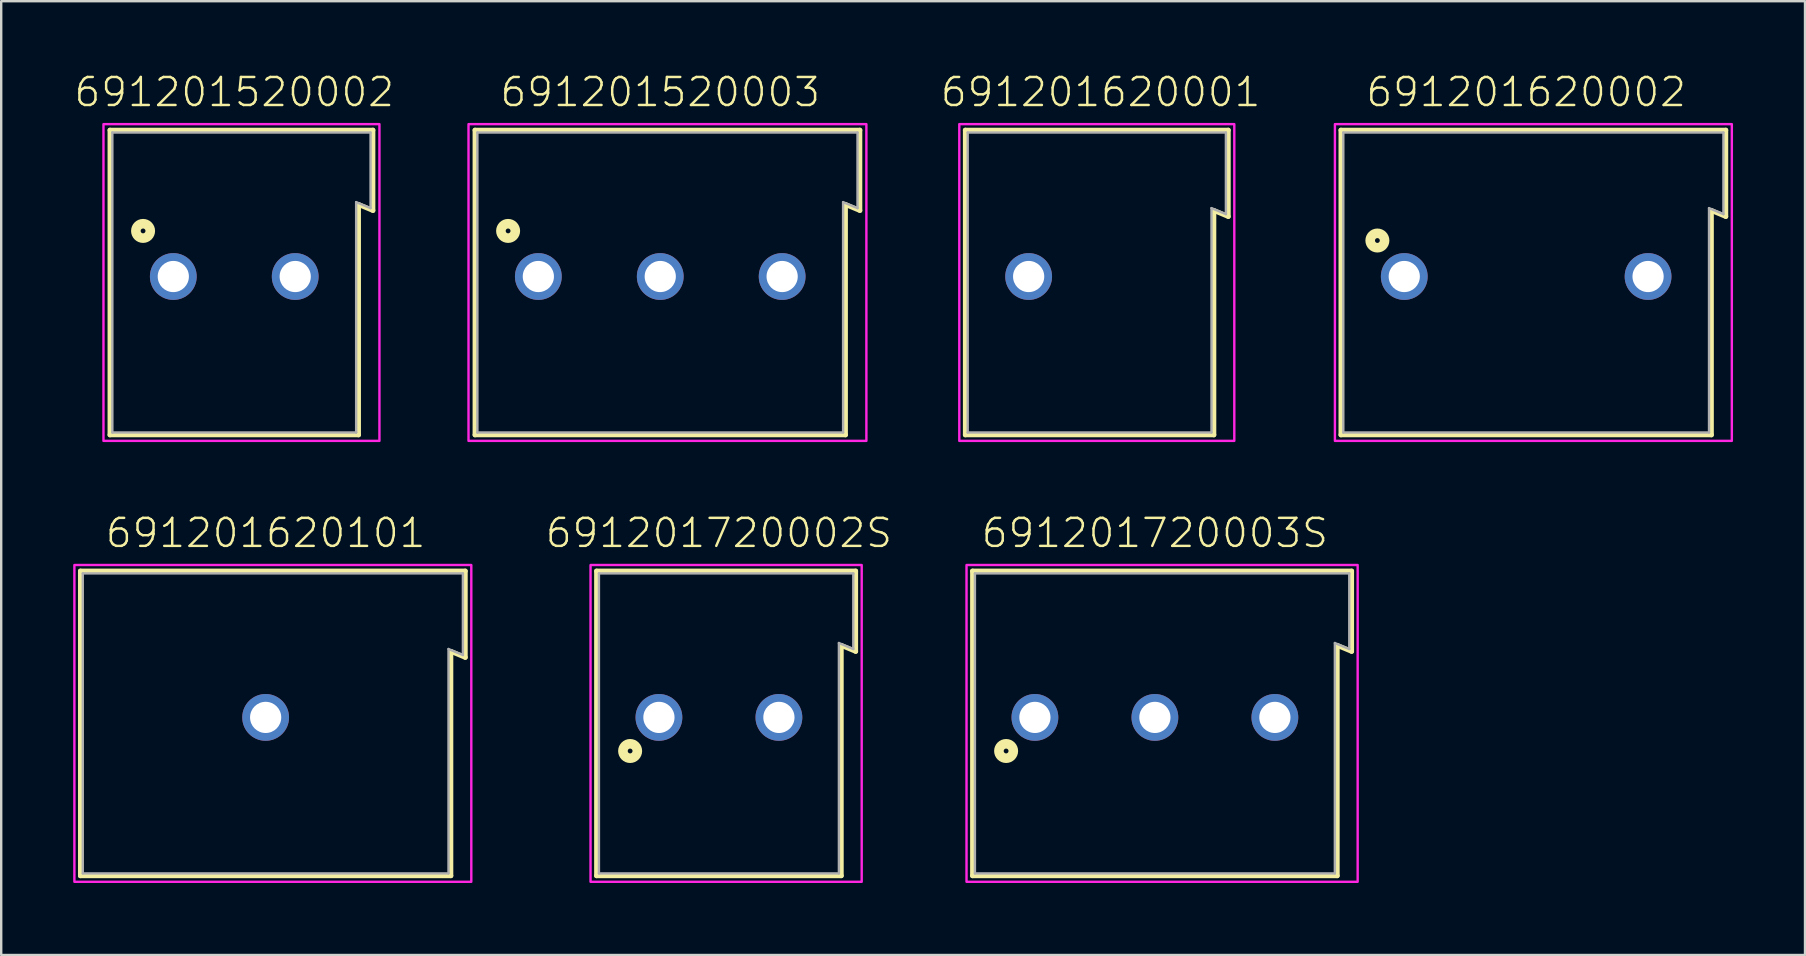
<source format=kicad_pcb>
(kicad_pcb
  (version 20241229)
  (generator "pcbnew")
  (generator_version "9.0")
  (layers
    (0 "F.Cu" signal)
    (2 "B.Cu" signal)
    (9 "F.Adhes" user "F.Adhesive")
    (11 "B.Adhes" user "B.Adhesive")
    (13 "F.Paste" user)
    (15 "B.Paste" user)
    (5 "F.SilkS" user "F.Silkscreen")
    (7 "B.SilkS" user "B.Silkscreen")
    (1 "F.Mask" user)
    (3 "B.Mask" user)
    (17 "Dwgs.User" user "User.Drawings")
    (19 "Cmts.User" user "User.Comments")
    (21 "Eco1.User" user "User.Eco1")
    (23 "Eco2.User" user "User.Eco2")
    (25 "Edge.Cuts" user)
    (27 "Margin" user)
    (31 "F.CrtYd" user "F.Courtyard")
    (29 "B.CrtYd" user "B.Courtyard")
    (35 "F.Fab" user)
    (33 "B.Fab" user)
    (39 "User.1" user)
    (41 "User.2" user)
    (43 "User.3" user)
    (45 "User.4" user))
  (footprint "691201720002S"
    (layer "F.Cu")
    (at 26.909 26.846)
    (property "Reference" "691201720002S" (at 0 -7 0) (unlocked yes) (layer "F.SilkS") (effects (font (size 1.168 1.168) (thickness 0.102)) (justify bottom)))
    (fp_line (start -5.1 -6.1) (end 5.7 -6.1) (stroke (width 0.2) (type solid)) (layer "F.SilkS"))
    (fp_line (start -5.1 6.6) (end -5.1 -6.1) (stroke (width 0.2) (type solid)) (layer "F.SilkS"))
    (fp_line (start 5.1 -3) (end 5.1 6.6) (stroke (width 0.2) (type solid)) (layer "F.SilkS"))
    (fp_line (start 5.1 6.6) (end -5.1 6.6) (stroke (width 0.2) (type solid)) (layer "F.SilkS"))
    (fp_line (start 5.7 -6.1) (end 5.7 -2.75) (stroke (width 0.2) (type solid)) (layer "F.SilkS"))
    (fp_line (start 5.7 -2.75) (end 5.1 -3) (stroke (width 0.2) (type solid)) (layer "F.SilkS"))
    (fp_circle (center -3.7 1.4) (end -3.6 1.4) (stroke (width 0.4) (type solid)) (fill no) (layer "F.SilkS"))
    (fp_poly (pts (xy 5.95 6.85) (xy -5.35 6.85) (xy -5.35 -6.35) (xy 5.95 -6.35)) (stroke (width 0.1) (type default)) (fill no) (layer "F.CrtYd"))
    (fp_line (start -5 -6) (end -5 6.5) (stroke (width 0.1) (type solid)) (layer "F.Fab"))
    (fp_line (start -5 -6) (end 5.6 -6) (stroke (width 0.1) (type solid)) (layer "F.Fab"))
    (fp_line (start -5 6.5) (end 5 6.5) (stroke (width 0.1) (type solid)) (layer "F.Fab"))
    (fp_line (start 5 -3.1) (end 5 6.5) (stroke (width 0.1) (type solid)) (layer "F.Fab"))
    (fp_line (start 5 -3.1) (end 5.6 -2.85) (stroke (width 0.1) (type solid)) (layer "F.Fab"))
    (fp_line (start 5.6 -6) (end 5.6 -2.85) (stroke (width 0.1) (type solid)) (layer "F.Fab"))
    (pad "1" thru_hole circle (at -2.5 0) (size 1.95 1.95) (drill 1.3) (layers "*.Cu" "*.Mask"))
    (pad "2" thru_hole circle (at 2.5 0) (size 1.95 1.95) (drill 1.3) (layers "*.Cu" "*.Mask")))
  (footprint "691201720003S"
    (layer "F.Cu")
    (at 45.077 26.846)
    (property "Reference" "691201720003S" (at 0 -7 0) (unlocked yes) (layer "F.SilkS") (effects (font (size 1.168 1.168) (thickness 0.102)) (justify bottom)))
    (fp_line (start -7.6 -6.1) (end 8.2 -6.1) (stroke (width 0.2) (type solid)) (layer "F.SilkS"))
    (fp_line (start -7.6 6.6) (end -7.6 -6.1) (stroke (width 0.2) (type solid)) (layer "F.SilkS"))
    (fp_line (start 7.6 -3) (end 7.6 6.6) (stroke (width 0.2) (type solid)) (layer "F.SilkS"))
    (fp_line (start 7.6 6.6) (end -7.6 6.6) (stroke (width 0.2) (type solid)) (layer "F.SilkS"))
    (fp_line (start 8.2 -6.1) (end 8.2 -2.75) (stroke (width 0.2) (type solid)) (layer "F.SilkS"))
    (fp_line (start 8.2 -2.75) (end 7.6 -3) (stroke (width 0.2) (type solid)) (layer "F.SilkS"))
    (fp_circle (center -6.2 1.4) (end -6.1 1.4) (stroke (width 0.4) (type solid)) (fill no) (layer "F.SilkS"))
    (fp_poly (pts (xy 8.45 6.85) (xy -7.85 6.85) (xy -7.85 -6.35) (xy 8.45 -6.35)) (stroke (width 0.1) (type default)) (fill no) (layer "F.CrtYd"))
    (fp_line (start -7.5 -6) (end -7.5 6.5) (stroke (width 0.1) (type solid)) (layer "F.Fab"))
    (fp_line (start -7.5 -6) (end 8.1 -6) (stroke (width 0.1) (type solid)) (layer "F.Fab"))
    (fp_line (start -7.5 6.5) (end 7.5 6.5) (stroke (width 0.1) (type solid)) (layer "F.Fab"))
    (fp_line (start 7.5 -3.1) (end 7.5 6.5) (stroke (width 0.1) (type solid)) (layer "F.Fab"))
    (fp_line (start 7.5 -3.1) (end 8.1 -2.85) (stroke (width 0.1) (type solid)) (layer "F.Fab"))
    (fp_line (start 8.1 -6) (end 8.1 -2.85) (stroke (width 0.1) (type solid)) (layer "F.Fab"))
    (pad "1" thru_hole circle (at -5 0) (size 1.95 1.95) (drill 1.3) (layers "*.Cu" "*.Mask"))
    (pad "2" thru_hole circle (at 0 0) (size 1.95 1.95) (drill 1.3) (layers "*.Cu" "*.Mask"))
    (pad "3" thru_hole circle (at 5 0) (size 1.95 1.95) (drill 1.3) (layers "*.Cu" "*.Mask")))
  (footprint "691201520002"
    (layer "F.Cu")
    (at 6.712 8.473)
    (property "Reference" "691201520002" (at 0 -7 0) (unlocked yes) (layer "F.SilkS") (effects (font (size 1.168 1.168) (thickness 0.102)) (justify bottom)))
    (fp_line (start -5.18 -6.1) (end 5.78 -6.1) (stroke (width 0.2) (type solid)) (layer "F.SilkS"))
    (fp_line (start -5.18 6.6) (end -5.18 -6.1) (stroke (width 0.2) (type solid)) (layer "F.SilkS"))
    (fp_line (start 5.18 -3) (end 5.18 6.6) (stroke (width 0.2) (type solid)) (layer "F.SilkS"))
    (fp_line (start 5.18 6.6) (end -5.18 6.6) (stroke (width 0.2) (type solid)) (layer "F.SilkS"))
    (fp_line (start 5.78 -6.1) (end 5.78 -2.75) (stroke (width 0.2) (type solid)) (layer "F.SilkS"))
    (fp_line (start 5.78 -2.75) (end 5.18 -3) (stroke (width 0.2) (type solid)) (layer "F.SilkS"))
    (fp_circle (center -3.8 -1.9) (end -3.7 -1.9) (stroke (width 0.4) (type solid)) (fill no) (layer "F.SilkS"))
    (fp_poly (pts (xy 6.05 6.85) (xy -5.45 6.85) (xy -5.45 -6.35) (xy 6.05 -6.35)) (stroke (width 0.1) (type default)) (fill no) (layer "F.CrtYd"))
    (fp_line (start -5.08 -6) (end -5.08 6.5) (stroke (width 0.1) (type solid)) (layer "F.Fab"))
    (fp_line (start -5.08 -6) (end 5.68 -6) (stroke (width 0.1) (type solid)) (layer "F.Fab"))
    (fp_line (start -5.08 6.5) (end 5.08 6.5) (stroke (width 0.1) (type solid)) (layer "F.Fab"))
    (fp_line (start 5.08 -3.1) (end 5.08 6.5) (stroke (width 0.1) (type solid)) (layer "F.Fab"))
    (fp_line (start 5.08 -3.1) (end 5.68 -2.85) (stroke (width 0.1) (type solid)) (layer "F.Fab"))
    (fp_line (start 5.68 -6) (end 5.68 -2.85) (stroke (width 0.1) (type solid)) (layer "F.Fab"))
    (pad "1" thru_hole circle (at -2.54 0) (size 1.95 1.95) (drill 1.3) (layers "*.Cu" "*.Mask"))
    (pad "2" thru_hole circle (at 2.54 0) (size 1.95 1.95) (drill 1.3) (layers "*.Cu" "*.Mask")))
  (footprint "691201520003"
    (layer "F.Cu")
    (at 24.464 8.473)
    (property "Reference" "691201520003" (at 0 -7 0) (unlocked yes) (layer "F.SilkS") (effects (font (size 1.168 1.168) (thickness 0.102)) (justify bottom)))
    (fp_line (start -7.72 -6.1) (end 8.32 -6.1) (stroke (width 0.2) (type solid)) (layer "F.SilkS"))
    (fp_line (start -7.72 6.6) (end -7.72 -6.1) (stroke (width 0.2) (type solid)) (layer "F.SilkS"))
    (fp_line (start 7.72 -3) (end 7.72 6.6) (stroke (width 0.2) (type solid)) (layer "F.SilkS"))
    (fp_line (start 7.72 6.6) (end -7.72 6.6) (stroke (width 0.2) (type solid)) (layer "F.SilkS"))
    (fp_line (start 8.32 -6.1) (end 8.32 -2.75) (stroke (width 0.2) (type solid)) (layer "F.SilkS"))
    (fp_line (start 8.32 -2.75) (end 7.72 -3) (stroke (width 0.2) (type solid)) (layer "F.SilkS"))
    (fp_circle (center -6.34 -1.9) (end -6.24 -1.9) (stroke (width 0.4) (type solid)) (fill no) (layer "F.SilkS"))
    (fp_poly (pts (xy 8.59 6.85) (xy -7.99 6.85) (xy -7.99 -6.35) (xy 8.59 -6.35)) (stroke (width 0.1) (type default)) (fill no) (layer "F.CrtYd"))
    (fp_line (start -7.62 -6) (end -7.62 6.5) (stroke (width 0.1) (type solid)) (layer "F.Fab"))
    (fp_line (start -7.62 -6) (end 8.22 -6) (stroke (width 0.1) (type solid)) (layer "F.Fab"))
    (fp_line (start -7.62 6.5) (end 7.62 6.5) (stroke (width 0.1) (type solid)) (layer "F.Fab"))
    (fp_line (start 7.62 -3.1) (end 7.62 6.5) (stroke (width 0.1) (type solid)) (layer "F.Fab"))
    (fp_line (start 7.62 -3.1) (end 8.22 -2.85) (stroke (width 0.1) (type solid)) (layer "F.Fab"))
    (fp_line (start 8.22 -6) (end 8.22 -2.85) (stroke (width 0.1) (type solid)) (layer "F.Fab"))
    (pad "1" thru_hole circle (at -5.08 0) (size 1.95 1.95) (drill 1.3) (layers "*.Cu" "*.Mask"))
    (pad "2" thru_hole circle (at 0 0) (size 1.95 1.95) (drill 1.3) (layers "*.Cu" "*.Mask"))
    (pad "3" thru_hole circle (at 5.08 0) (size 1.95 1.95) (drill 1.3) (layers "*.Cu" "*.Mask")))
  (footprint "691201620101"
    (layer "F.Cu")
    (at 8.02 26.846)
    (property "Reference" "691201620101" (at 0 -7 0) (unlocked yes) (layer "F.SilkS") (effects (font (size 1.168 1.168) (thickness 0.102)) (justify bottom)))
    (fp_line (start -7.72 -6.1) (end 8.32 -6.1) (stroke (width 0.2) (type solid)) (layer "F.SilkS"))
    (fp_line (start -7.72 6.6) (end -7.72 -6.1) (stroke (width 0.2) (type solid)) (layer "F.SilkS"))
    (fp_line (start 7.72 -2.75) (end 7.72 6.6) (stroke (width 0.2) (type solid)) (layer "F.SilkS"))
    (fp_line (start 7.72 6.6) (end -7.72 6.6) (stroke (width 0.2) (type solid)) (layer "F.SilkS"))
    (fp_line (start 8.32 -6.1) (end 8.32 -2.5) (stroke (width 0.2) (type solid)) (layer "F.SilkS"))
    (fp_line (start 8.32 -2.5) (end 7.72 -2.75) (stroke (width 0.2) (type solid)) (layer "F.SilkS"))
    (fp_poly (pts (xy 8.57 6.85) (xy -7.97 6.85) (xy -7.97 -6.35) (xy 8.57 -6.35)) (stroke (width 0.1) (type default)) (fill no) (layer "F.CrtYd"))
    (fp_line (start -7.62 -6) (end 8.22 -6) (stroke (width 0.1) (type solid)) (layer "F.Fab"))
    (fp_line (start -7.62 6.5) (end -7.62 -6) (stroke (width 0.1) (type solid)) (layer "F.Fab"))
    (fp_line (start 7.62 -2.85) (end 7.62 6.5) (stroke (width 0.1) (type solid)) (layer "F.Fab"))
    (fp_line (start 7.62 -2.85) (end 8.22 -2.6) (stroke (width 0.1) (type solid)) (layer "F.Fab"))
    (fp_line (start 7.62 6.5) (end -7.62 6.5) (stroke (width 0.1) (type solid)) (layer "F.Fab"))
    (fp_line (start 8.22 -6) (end 8.22 -2.6) (stroke (width 0.1) (type solid)) (layer "F.Fab"))
    (pad "1" thru_hole circle (at 0 0) (size 1.95 1.95) (drill 1.3) (layers "*.Cu" "*.Mask")))
  (footprint "691201620002"
    (layer "F.Cu")
    (at 60.549 8.473)
    (property "Reference" "691201620002" (at 0 -7 0) (unlocked yes) (layer "F.SilkS") (effects (font (size 1.168 1.168) (thickness 0.102)) (justify bottom)))
    (fp_line (start -7.72 -6.1) (end 8.32 -6.1) (stroke (width 0.2) (type solid)) (layer "F.SilkS"))
    (fp_line (start -7.72 6.6) (end -7.72 -6.1) (stroke (width 0.2) (type solid)) (layer "F.SilkS"))
    (fp_line (start 7.72 -2.75) (end 7.72 6.6) (stroke (width 0.2) (type solid)) (layer "F.SilkS"))
    (fp_line (start 7.72 6.6) (end -7.72 6.6) (stroke (width 0.2) (type solid)) (layer "F.SilkS"))
    (fp_line (start 8.32 -6.1) (end 8.32 -2.5) (stroke (width 0.2) (type solid)) (layer "F.SilkS"))
    (fp_line (start 8.32 -2.5) (end 7.72 -2.75) (stroke (width 0.2) (type solid)) (layer "F.SilkS"))
    (fp_circle (center -6.2 -1.5) (end -6.1 -1.5) (stroke (width 0.4) (type solid)) (fill no) (layer "F.SilkS"))
    (fp_poly (pts (xy 8.57 6.85) (xy -7.97 6.85) (xy -7.97 -6.35) (xy 8.57 -6.35)) (stroke (width 0.1) (type default)) (fill no) (layer "F.CrtYd"))
    (fp_line (start -7.62 -6) (end 8.22 -6) (stroke (width 0.1) (type solid)) (layer "F.Fab"))
    (fp_line (start -7.62 6.5) (end -7.62 -6) (stroke (width 0.1) (type solid)) (layer "F.Fab"))
    (fp_line (start 7.62 -2.85) (end 7.62 6.5) (stroke (width 0.1) (type solid)) (layer "F.Fab"))
    (fp_line (start 7.62 -2.85) (end 8.22 -2.6) (stroke (width 0.1) (type solid)) (layer "F.Fab"))
    (fp_line (start 7.62 6.5) (end -7.62 6.5) (stroke (width 0.1) (type solid)) (layer "F.Fab"))
    (fp_line (start 8.22 -6) (end 8.22 -2.6) (stroke (width 0.1) (type solid)) (layer "F.Fab"))
    (pad "1" thru_hole circle (at -5.08 0) (size 1.95 1.95) (drill 1.3) (layers "*.Cu" "*.Mask"))
    (pad "2" thru_hole circle (at 5.08 0) (size 1.95 1.95) (drill 1.3) (layers "*.Cu" "*.Mask")))
  (footprint "691201620001"
    (layer "F.Cu")
    (at 39.816 8.473)
    (property "Reference" "691201620001" (at 3 -7 0) (unlocked yes) (layer "F.SilkS") (effects (font (size 1.168 1.168) (thickness 0.102)) (justify bottom)))
    (fp_line (start -2.64 -6.1) (end 8.32 -6.1) (stroke (width 0.2) (type solid)) (layer "F.SilkS"))
    (fp_line (start -2.64 6.6) (end -2.64 -6.1) (stroke (width 0.2) (type solid)) (layer "F.SilkS"))
    (fp_line (start 7.72 -2.75) (end 7.72 6.6) (stroke (width 0.2) (type solid)) (layer "F.SilkS"))
    (fp_line (start 7.72 6.6) (end -2.64 6.6) (stroke (width 0.2) (type solid)) (layer "F.SilkS"))
    (fp_line (start 8.32 -6.1) (end 8.32 -2.5) (stroke (width 0.2) (type solid)) (layer "F.SilkS"))
    (fp_line (start 8.32 -2.5) (end 7.72 -2.75) (stroke (width 0.2) (type solid)) (layer "F.SilkS"))
    (fp_poly (pts (xy 8.57 6.85) (xy -2.89 6.85) (xy -2.89 -6.35) (xy 8.57 -6.35)) (stroke (width 0.1) (type default)) (fill no) (layer "F.CrtYd"))
    (fp_line (start -2.54 -6) (end 8.22 -6) (stroke (width 0.1) (type solid)) (layer "F.Fab"))
    (fp_line (start -2.54 6.5) (end -2.54 -6) (stroke (width 0.1) (type solid)) (layer "F.Fab"))
    (fp_line (start 7.62 -2.85) (end 7.62 6.5) (stroke (width 0.1) (type solid)) (layer "F.Fab"))
    (fp_line (start 7.62 -2.85) (end 8.22 -2.6) (stroke (width 0.1) (type solid)) (layer "F.Fab"))
    (fp_line (start 7.62 6.5) (end -2.54 6.5) (stroke (width 0.1) (type solid)) (layer "F.Fab"))
    (fp_line (start 8.22 -6) (end 8.22 -2.6) (stroke (width 0.1) (type solid)) (layer "F.Fab"))
    (pad "1" thru_hole circle (at 0 0) (size 1.95 1.95) (drill 1.3) (layers "*.Cu" "*.Mask")))
  (gr_rect
    (start -3 -3)
    (end 72.169 36.746)
    (stroke (width 0.1) (type default))
    (fill no)
    (layer "Edge.Cuts")))
</source>
